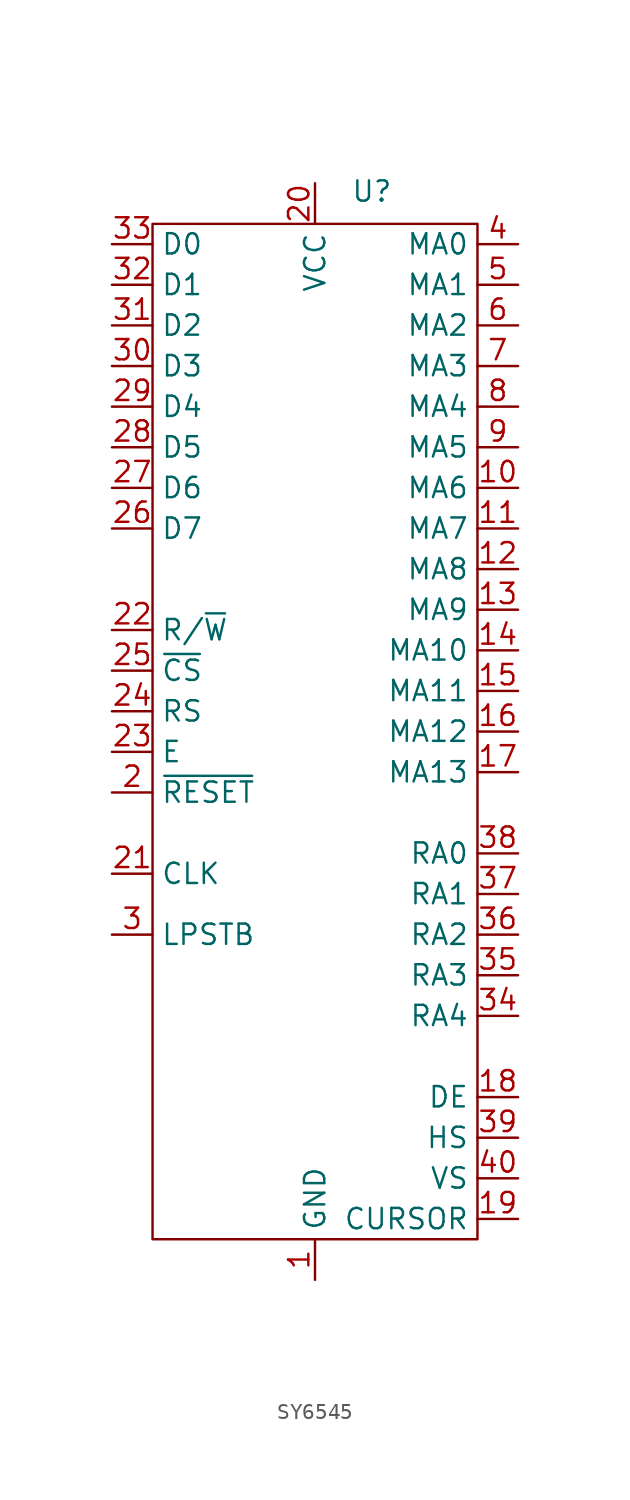
<source format=kicad_sym>
(kicad_symbol_lib
  (version 20231120)
  (generator "kicad_symbol_editor")
  (generator_version "8.0")
  (symbol "SY6545"
    (property "Reference" "U"
      (at 3.556 27.432 0)
      (effects (font (size 1.27 1.27))))
    (property "Value" ""
      (at -5.08 15.24 0)
      (effects (font (size 1.27 1.27))))
    (symbol "SY6545_0_1"
      (rectangle (start -10.16 25.4) (end 10.16 -38.1) (stroke (width 0) (type default)) (fill (type none))))
    (symbol "SY6545_1_1"
      (pin power_in line (at 0 -40.64 90) (length 2.54) (name "GND" (effects (font (size 1.27 1.27)))) (number "1" (effects (font (size 1.27 1.27)))))
      (pin input line (at 12.7 8.89 180) (length 2.54) (name "MA6" (effects (font (size 1.27 1.27)))) (number "10" (effects (font (size 1.27 1.27)))))
      (pin input line (at 12.7 6.35 180) (length 2.54) (name "MA7" (effects (font (size 1.27 1.27)))) (number "11" (effects (font (size 1.27 1.27)))))
      (pin input line (at 12.7 3.81 180) (length 2.54) (name "MA8" (effects (font (size 1.27 1.27)))) (number "12" (effects (font (size 1.27 1.27)))))
      (pin input line (at 12.7 1.27 180) (length 2.54) (name "MA9" (effects (font (size 1.27 1.27)))) (number "13" (effects (font (size 1.27 1.27)))))
      (pin input line (at 12.7 -1.27 180) (length 2.54) (name "MA10" (effects (font (size 1.27 1.27)))) (number "14" (effects (font (size 1.27 1.27)))))
      (pin input line (at 12.7 -3.81 180) (length 2.54) (name "MA11" (effects (font (size 1.27 1.27)))) (number "15" (effects (font (size 1.27 1.27)))))
      (pin input line (at 12.7 -6.35 180) (length 2.54) (name "MA12" (effects (font (size 1.27 1.27)))) (number "16" (effects (font (size 1.27 1.27)))))
      (pin input line (at 12.7 -8.89 180) (length 2.54) (name "MA13" (effects (font (size 1.27 1.27)))) (number "17" (effects (font (size 1.27 1.27)))))
      (pin input line (at 12.7 -29.21 180) (length 2.54) (name "DE" (effects (font (size 1.27 1.27)))) (number "18" (effects (font (size 1.27 1.27)))))
      (pin input line (at 12.7 -36.83 180) (length 2.54) (name "CURSOR" (effects (font (size 1.27 1.27)))) (number "19" (effects (font (size 1.27 1.27)))))
      (pin input line (at -12.7 -10.16 0) (length 2.54) (name "~{RESET}" (effects (font (size 1.27 1.27)))) (number "2" (effects (font (size 1.27 1.27)))))
      (pin power_in line (at 0 27.94 270) (length 2.54) (name "VCC" (effects (font (size 1.27 1.27)))) (number "20" (effects (font (size 1.27 1.27)))))
      (pin input line (at -12.7 -15.24 0) (length 2.54) (name "CLK" (effects (font (size 1.27 1.27)))) (number "21" (effects (font (size 1.27 1.27)))))
      (pin input line (at -12.7 0 0) (length 2.54) (name "R/~{W}" (effects (font (size 1.27 1.27)))) (number "22" (effects (font (size 1.27 1.27)))))
      (pin input line (at -12.7 -7.62 0) (length 2.54) (name "E" (effects (font (size 1.27 1.27)))) (number "23" (effects (font (size 1.27 1.27)))))
      (pin input line (at -12.7 -5.08 0) (length 2.54) (name "RS" (effects (font (size 1.27 1.27)))) (number "24" (effects (font (size 1.27 1.27)))))
      (pin input line (at -12.7 -2.54 0) (length 2.54) (name "~{CS}" (effects (font (size 1.27 1.27)))) (number "25" (effects (font (size 1.27 1.27)))))
      (pin input line (at -12.7 6.35 0) (length 2.54) (name "D7" (effects (font (size 1.27 1.27)))) (number "26" (effects (font (size 1.27 1.27)))))
      (pin input line (at -12.7 8.89 0) (length 2.54) (name "D6" (effects (font (size 1.27 1.27)))) (number "27" (effects (font (size 1.27 1.27)))))
      (pin input line (at -12.7 11.43 0) (length 2.54) (name "D5" (effects (font (size 1.27 1.27)))) (number "28" (effects (font (size 1.27 1.27)))))
      (pin input line (at -12.7 13.97 0) (length 2.54) (name "D4" (effects (font (size 1.27 1.27)))) (number "29" (effects (font (size 1.27 1.27)))))
      (pin input line (at -12.7 -19.05 0) (length 2.54) (name "LPSTB" (effects (font (size 1.27 1.27)))) (number "3" (effects (font (size 1.27 1.27)))))
      (pin input line (at -12.7 16.51 0) (length 2.54) (name "D3" (effects (font (size 1.27 1.27)))) (number "30" (effects (font (size 1.27 1.27)))))
      (pin input line (at -12.7 19.05 0) (length 2.54) (name "D2" (effects (font (size 1.27 1.27)))) (number "31" (effects (font (size 1.27 1.27)))))
      (pin input line (at -12.7 21.59 0) (length 2.54) (name "D1" (effects (font (size 1.27 1.27)))) (number "32" (effects (font (size 1.27 1.27)))))
      (pin input line (at -12.7 24.13 0) (length 2.54) (name "D0" (effects (font (size 1.27 1.27)))) (number "33" (effects (font (size 1.27 1.27)))))
      (pin input line (at 12.7 -24.13 180) (length 2.54) (name "RA4" (effects (font (size 1.27 1.27)))) (number "34" (effects (font (size 1.27 1.27)))))
      (pin input line (at 12.7 -21.59 180) (length 2.54) (name "RA3" (effects (font (size 1.27 1.27)))) (number "35" (effects (font (size 1.27 1.27)))))
      (pin input line (at 12.7 -19.05 180) (length 2.54) (name "RA2" (effects (font (size 1.27 1.27)))) (number "36" (effects (font (size 1.27 1.27)))))
      (pin input line (at 12.7 -16.51 180) (length 2.54) (name "RA1" (effects (font (size 1.27 1.27)))) (number "37" (effects (font (size 1.27 1.27)))))
      (pin input line (at 12.7 -13.97 180) (length 2.54) (name "RA0" (effects (font (size 1.27 1.27)))) (number "38" (effects (font (size 1.27 1.27)))))
      (pin input line (at 12.7 -31.75 180) (length 2.54) (name "HS" (effects (font (size 1.27 1.27)))) (number "39" (effects (font (size 1.27 1.27)))))
      (pin input line (at 12.7 24.13 180) (length 2.54) (name "MA0" (effects (font (size 1.27 1.27)))) (number "4" (effects (font (size 1.27 1.27)))))
      (pin input line (at 12.7 -34.29 180) (length 2.54) (name "VS" (effects (font (size 1.27 1.27)))) (number "40" (effects (font (size 1.27 1.27)))))
      (pin input line (at 12.7 21.59 180) (length 2.54) (name "MA1" (effects (font (size 1.27 1.27)))) (number "5" (effects (font (size 1.27 1.27)))))
      (pin input line (at 12.7 19.05 180) (length 2.54) (name "MA2" (effects (font (size 1.27 1.27)))) (number "6" (effects (font (size 1.27 1.27)))))
      (pin input line (at 12.7 16.51 180) (length 2.54) (name "MA3" (effects (font (size 1.27 1.27)))) (number "7" (effects (font (size 1.27 1.27)))))
      (pin input line (at 12.7 13.97 180) (length 2.54) (name "MA4" (effects (font (size 1.27 1.27)))) (number "8" (effects (font (size 1.27 1.27)))))
      (pin input line (at 12.7 11.43 180) (length 2.54) (name "MA5" (effects (font (size 1.27 1.27)))) (number "9" (effects (font (size 1.27 1.27))))))))
</source>
